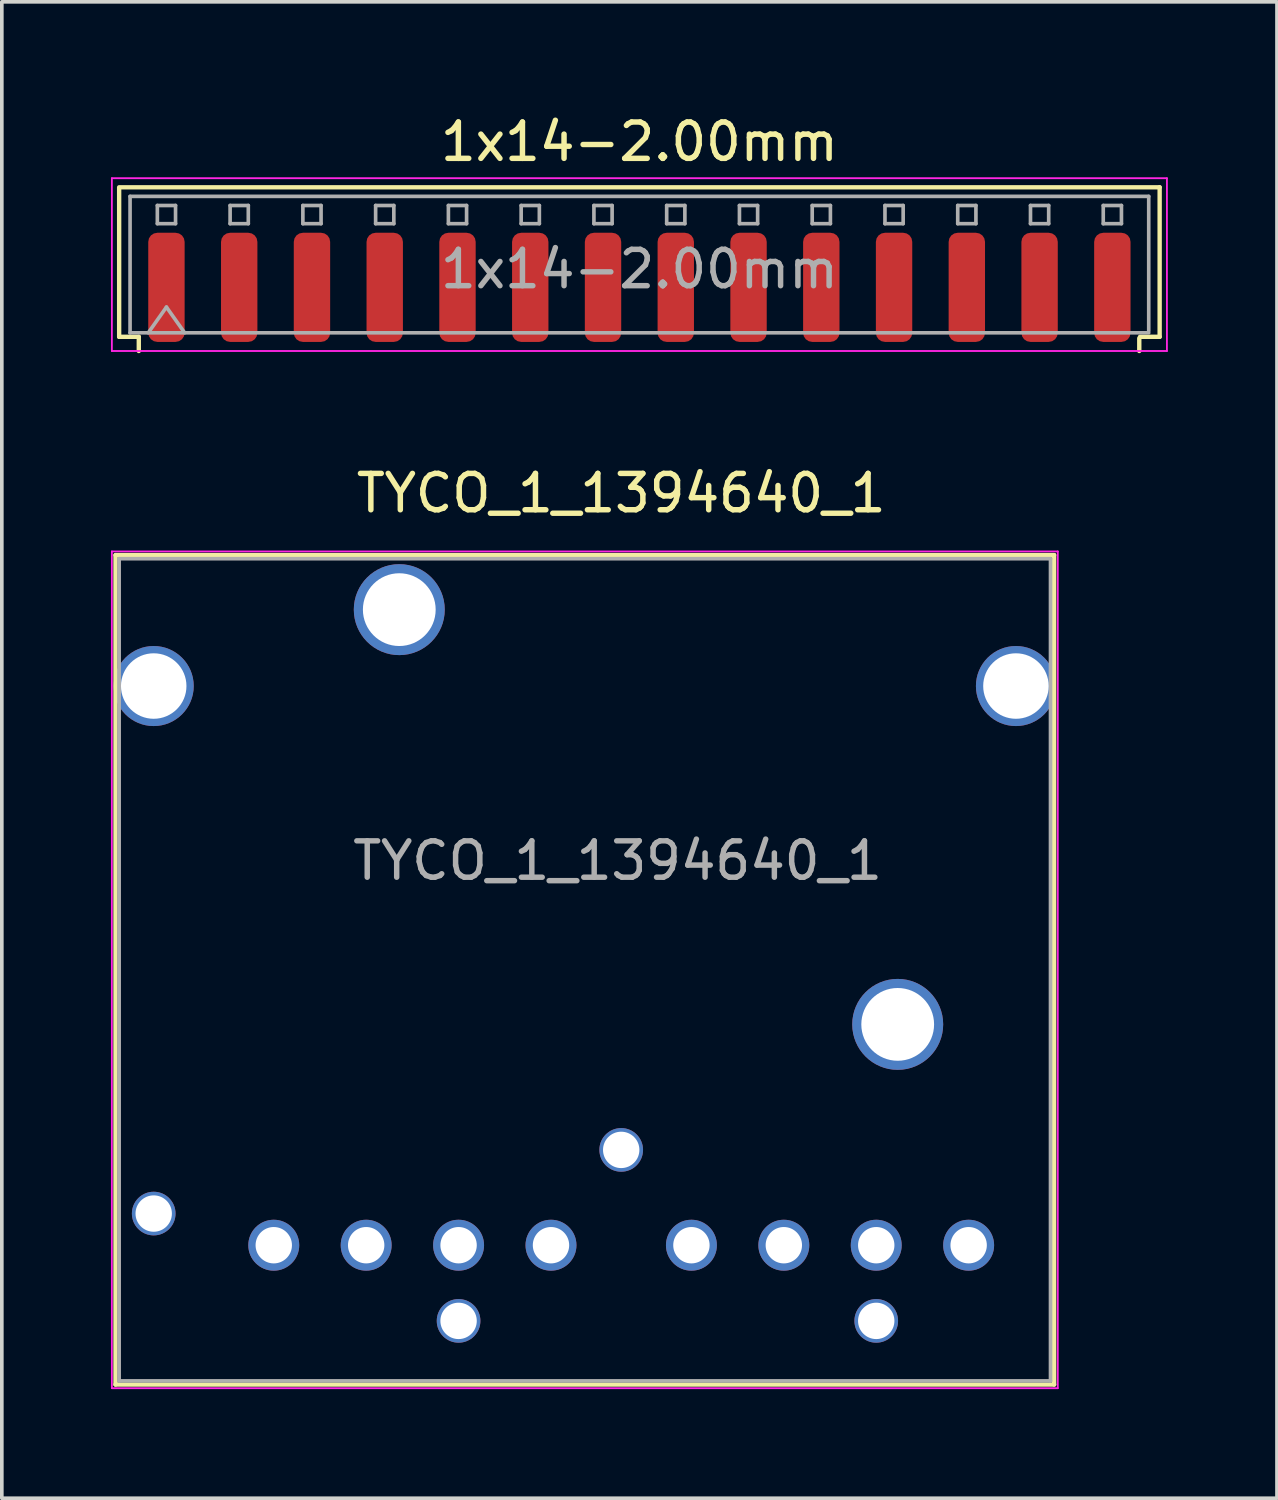
<source format=kicad_pcb>
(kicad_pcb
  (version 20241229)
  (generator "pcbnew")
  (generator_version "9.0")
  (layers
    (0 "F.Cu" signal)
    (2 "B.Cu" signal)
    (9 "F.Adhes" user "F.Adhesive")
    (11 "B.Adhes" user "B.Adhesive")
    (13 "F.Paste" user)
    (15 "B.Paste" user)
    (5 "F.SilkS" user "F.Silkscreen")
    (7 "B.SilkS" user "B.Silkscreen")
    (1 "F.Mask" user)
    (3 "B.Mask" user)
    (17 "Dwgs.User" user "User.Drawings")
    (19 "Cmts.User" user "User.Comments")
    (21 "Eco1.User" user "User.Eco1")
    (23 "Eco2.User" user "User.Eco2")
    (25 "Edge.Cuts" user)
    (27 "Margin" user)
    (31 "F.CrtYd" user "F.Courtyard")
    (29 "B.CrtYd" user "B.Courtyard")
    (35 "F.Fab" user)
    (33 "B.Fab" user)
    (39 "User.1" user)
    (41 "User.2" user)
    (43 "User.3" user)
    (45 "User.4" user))
  (footprint "1x14-2.00mm"
    (layer "F.Cu")
    (at 14.525 5.348)
    (property "Reference" "1x14-2.00mm" (at 0 -4.5 0) (layer "F.SilkS") (effects (font (size 1 1) (thickness 0.15))))
    (attr smd)
    (fp_line (start -14.3 -3.25) (end -14.3 0.86) (stroke (width 0.12) (type solid)) (layer "F.SilkS"))
    (fp_line (start -14.3 0.86) (end -13.76 0.86) (stroke (width 0.12) (type solid)) (layer "F.SilkS"))
    (fp_line (start -14.25 -3.25) (end 14.3 -3.25) (stroke (width 0.12) (type solid)) (layer "F.SilkS"))
    (fp_line (start -13.76 0.86) (end -13.76 1.25) (stroke (width 0.12) (type solid)) (layer "F.SilkS"))
    (fp_line (start 13.74 0.9) (end 13.74 1.25) (stroke (width 0.12) (type solid)) (layer "F.SilkS"))
    (fp_line (start 14.3 -3.25) (end 14.3 0.86) (stroke (width 0.12) (type solid)) (layer "F.SilkS"))
    (fp_line (start 14.3 0.86) (end 13.76 0.86) (stroke (width 0.12) (type solid)) (layer "F.SilkS"))
    (fp_line (start -14.5 -3.5) (end -14.5 1.25) (stroke (width 0.05) (type solid)) (layer "F.CrtYd"))
    (fp_line (start -14.5 1.25) (end 14.5 1.25) (stroke (width 0.05) (type solid)) (layer "F.CrtYd"))
    (fp_line (start 14.5 -3.5) (end -14.5 -3.5) (stroke (width 0.05) (type solid)) (layer "F.CrtYd"))
    (fp_line (start 14.5 1.25) (end 14.5 -3.5) (stroke (width 0.05) (type solid)) (layer "F.CrtYd"))
    (fp_line (start -14 -3) (end 14 -3) (stroke (width 0.1) (type solid)) (layer "F.Fab"))
    (fp_line (start -14 0.75) (end -14 -3) (stroke (width 0.1) (type solid)) (layer "F.Fab"))
    (fp_line (start -14 0.75) (end 14 0.75) (stroke (width 0.1) (type solid)) (layer "F.Fab"))
    (fp_line (start -13.5 0.75) (end -13 0.043) (stroke (width 0.1) (type solid)) (layer "F.Fab"))
    (fp_line (start -13.25 -2.75) (end -13.25 -2.25) (stroke (width 0.1) (type solid)) (layer "F.Fab"))
    (fp_line (start -13.25 -2.25) (end -12.75 -2.25) (stroke (width 0.1) (type solid)) (layer "F.Fab"))
    (fp_line (start -13 0.043) (end -12.5 0.75) (stroke (width 0.1) (type solid)) (layer "F.Fab"))
    (fp_line (start -12.75 -2.75) (end -13.25 -2.75) (stroke (width 0.1) (type solid)) (layer "F.Fab"))
    (fp_line (start -12.75 -2.25) (end -12.75 -2.75) (stroke (width 0.1) (type solid)) (layer "F.Fab"))
    (fp_line (start -11.25 -2.75) (end -11.25 -2.25) (stroke (width 0.1) (type solid)) (layer "F.Fab"))
    (fp_line (start -11.25 -2.25) (end -10.75 -2.25) (stroke (width 0.1) (type solid)) (layer "F.Fab"))
    (fp_line (start -10.75 -2.75) (end -11.25 -2.75) (stroke (width 0.1) (type solid)) (layer "F.Fab"))
    (fp_line (start -10.75 -2.25) (end -10.75 -2.75) (stroke (width 0.1) (type solid)) (layer "F.Fab"))
    (fp_line (start -9.25 -2.75) (end -9.25 -2.25) (stroke (width 0.1) (type solid)) (layer "F.Fab"))
    (fp_line (start -9.25 -2.25) (end -8.75 -2.25) (stroke (width 0.1) (type solid)) (layer "F.Fab"))
    (fp_line (start -8.75 -2.75) (end -9.25 -2.75) (stroke (width 0.1) (type solid)) (layer "F.Fab"))
    (fp_line (start -8.75 -2.25) (end -8.75 -2.75) (stroke (width 0.1) (type solid)) (layer "F.Fab"))
    (fp_line (start -7.25 -2.75) (end -7.25 -2.25) (stroke (width 0.1) (type solid)) (layer "F.Fab"))
    (fp_line (start -7.25 -2.25) (end -6.75 -2.25) (stroke (width 0.1) (type solid)) (layer "F.Fab"))
    (fp_line (start -6.75 -2.75) (end -7.25 -2.75) (stroke (width 0.1) (type solid)) (layer "F.Fab"))
    (fp_line (start -6.75 -2.25) (end -6.75 -2.75) (stroke (width 0.1) (type solid)) (layer "F.Fab"))
    (fp_line (start -5.25 -2.75) (end -5.25 -2.25) (stroke (width 0.1) (type solid)) (layer "F.Fab"))
    (fp_line (start -5.25 -2.25) (end -4.75 -2.25) (stroke (width 0.1) (type solid)) (layer "F.Fab"))
    (fp_line (start -4.75 -2.75) (end -5.25 -2.75) (stroke (width 0.1) (type solid)) (layer "F.Fab"))
    (fp_line (start -4.75 -2.25) (end -4.75 -2.75) (stroke (width 0.1) (type solid)) (layer "F.Fab"))
    (fp_line (start -3.25 -2.75) (end -3.25 -2.25) (stroke (width 0.1) (type solid)) (layer "F.Fab"))
    (fp_line (start -3.25 -2.25) (end -2.75 -2.25) (stroke (width 0.1) (type solid)) (layer "F.Fab"))
    (fp_line (start -2.75 -2.75) (end -3.25 -2.75) (stroke (width 0.1) (type solid)) (layer "F.Fab"))
    (fp_line (start -2.75 -2.25) (end -2.75 -2.75) (stroke (width 0.1) (type solid)) (layer "F.Fab"))
    (fp_line (start -1.25 -2.75) (end -1.25 -2.25) (stroke (width 0.1) (type solid)) (layer "F.Fab"))
    (fp_line (start -1.25 -2.25) (end -0.75 -2.25) (stroke (width 0.1) (type solid)) (layer "F.Fab"))
    (fp_line (start -0.75 -2.75) (end -1.25 -2.75) (stroke (width 0.1) (type solid)) (layer "F.Fab"))
    (fp_line (start -0.75 -2.25) (end -0.75 -2.75) (stroke (width 0.1) (type solid)) (layer "F.Fab"))
    (fp_line (start 0.75 -2.75) (end 0.75 -2.25) (stroke (width 0.1) (type solid)) (layer "F.Fab"))
    (fp_line (start 0.75 -2.25) (end 1.25 -2.25) (stroke (width 0.1) (type solid)) (layer "F.Fab"))
    (fp_line (start 1.25 -2.75) (end 0.75 -2.75) (stroke (width 0.1) (type solid)) (layer "F.Fab"))
    (fp_line (start 1.25 -2.25) (end 1.25 -2.75) (stroke (width 0.1) (type solid)) (layer "F.Fab"))
    (fp_line (start 2.75 -2.75) (end 2.75 -2.25) (stroke (width 0.1) (type solid)) (layer "F.Fab"))
    (fp_line (start 2.75 -2.25) (end 3.25 -2.25) (stroke (width 0.1) (type solid)) (layer "F.Fab"))
    (fp_line (start 3.25 -2.75) (end 2.75 -2.75) (stroke (width 0.1) (type solid)) (layer "F.Fab"))
    (fp_line (start 3.25 -2.25) (end 3.25 -2.75) (stroke (width 0.1) (type solid)) (layer "F.Fab"))
    (fp_line (start 4.75 -2.75) (end 4.75 -2.25) (stroke (width 0.1) (type solid)) (layer "F.Fab"))
    (fp_line (start 4.75 -2.25) (end 5.25 -2.25) (stroke (width 0.1) (type solid)) (layer "F.Fab"))
    (fp_line (start 5.25 -2.75) (end 4.75 -2.75) (stroke (width 0.1) (type solid)) (layer "F.Fab"))
    (fp_line (start 5.25 -2.25) (end 5.25 -2.75) (stroke (width 0.1) (type solid)) (layer "F.Fab"))
    (fp_line (start 6.75 -2.75) (end 6.75 -2.25) (stroke (width 0.1) (type solid)) (layer "F.Fab"))
    (fp_line (start 6.75 -2.25) (end 7.25 -2.25) (stroke (width 0.1) (type solid)) (layer "F.Fab"))
    (fp_line (start 7.25 -2.75) (end 6.75 -2.75) (stroke (width 0.1) (type solid)) (layer "F.Fab"))
    (fp_line (start 7.25 -2.25) (end 7.25 -2.75) (stroke (width 0.1) (type solid)) (layer "F.Fab"))
    (fp_line (start 8.75 -2.75) (end 8.75 -2.25) (stroke (width 0.1) (type solid)) (layer "F.Fab"))
    (fp_line (start 8.75 -2.25) (end 9.25 -2.25) (stroke (width 0.1) (type solid)) (layer "F.Fab"))
    (fp_line (start 9.25 -2.75) (end 8.75 -2.75) (stroke (width 0.1) (type solid)) (layer "F.Fab"))
    (fp_line (start 9.25 -2.25) (end 9.25 -2.75) (stroke (width 0.1) (type solid)) (layer "F.Fab"))
    (fp_line (start 10.75 -2.75) (end 10.75 -2.25) (stroke (width 0.1) (type solid)) (layer "F.Fab"))
    (fp_line (start 10.75 -2.25) (end 11.25 -2.25) (stroke (width 0.1) (type solid)) (layer "F.Fab"))
    (fp_line (start 11.25 -2.75) (end 10.75 -2.75) (stroke (width 0.1) (type solid)) (layer "F.Fab"))
    (fp_line (start 11.25 -2.25) (end 11.25 -2.75) (stroke (width 0.1) (type solid)) (layer "F.Fab"))
    (fp_line (start 12.75 -2.75) (end 12.75 -2.25) (stroke (width 0.1) (type solid)) (layer "F.Fab"))
    (fp_line (start 12.75 -2.25) (end 13.25 -2.25) (stroke (width 0.1) (type solid)) (layer "F.Fab"))
    (fp_line (start 13.25 -2.75) (end 12.75 -2.75) (stroke (width 0.1) (type solid)) (layer "F.Fab"))
    (fp_line (start 13.25 -2.25) (end 13.25 -2.75) (stroke (width 0.1) (type solid)) (layer "F.Fab"))
    (fp_line (start 14 0.7) (end 14 -3) (stroke (width 0.1) (type solid)) (layer "F.Fab"))
    (fp_text user "${REFERENCE}" (at 0 -1 0) (layer "F.Fab") (effects (font (size 1 1) (thickness 0.15))))
    (pad "1" smd roundrect (at 13 -0.5) (size 1 3) (layers "F.Cu" "F.Mask" "F.Paste") (roundrect_rratio 0.25))
    (pad "2" smd roundrect (at 11 -0.5) (size 1 3) (layers "F.Cu" "F.Mask" "F.Paste") (roundrect_rratio 0.25))
    (pad "3" smd roundrect (at 9 -0.5) (size 1 3) (layers "F.Cu" "F.Mask" "F.Paste") (roundrect_rratio 0.25))
    (pad "4" smd roundrect (at 7 -0.5) (size 1 3) (layers "F.Cu" "F.Mask" "F.Paste") (roundrect_rratio 0.25))
    (pad "5" smd roundrect (at 5 -0.5) (size 1 3) (layers "F.Cu" "F.Mask" "F.Paste") (roundrect_rratio 0.25))
    (pad "6" smd roundrect (at 3 -0.5) (size 1 3) (layers "F.Cu" "F.Mask" "F.Paste") (roundrect_rratio 0.25))
    (pad "7" smd roundrect (at 1 -0.5) (size 1 3) (layers "F.Cu" "F.Mask" "F.Paste") (roundrect_rratio 0.25))
    (pad "8" smd roundrect (at -1 -0.5) (size 1 3) (layers "F.Cu" "F.Mask" "F.Paste") (roundrect_rratio 0.25))
    (pad "9" smd roundrect (at -3 -0.5) (size 1 3) (layers "F.Cu" "F.Mask" "F.Paste") (roundrect_rratio 0.25))
    (pad "10" smd roundrect (at -5 -0.5) (size 1 3) (layers "F.Cu" "F.Mask" "F.Paste") (roundrect_rratio 0.25))
    (pad "11" smd roundrect (at -7 -0.5) (size 1 3) (layers "F.Cu" "F.Mask" "F.Paste") (roundrect_rratio 0.25))
    (pad "12" smd roundrect (at -9 -0.5) (size 1 3) (layers "F.Cu" "F.Mask" "F.Paste") (roundrect_rratio 0.25))
    (pad "13" smd roundrect (at -11 -0.5) (size 1 3) (layers "F.Cu" "F.Mask" "F.Paste") (roundrect_rratio 0.25))
    (pad "14" smd roundrect (at -13 -0.5) (size 1 3) (layers "F.Cu" "F.Mask" "F.Paste") (roundrect_rratio 0.25)))
  (footprint "TYCO_1_1394640_1"
    (layer "F.Cu")
    (at 14.025 24.107)
    (property "Reference" "TYCO_1_1394640_1" (at 0 -13.6 0) (layer "F.SilkS") (effects (font (size 1 1) (thickness 0.15))))
    (attr through_hole)
    (fp_line (start -13.9 -11.9) (end 11.9 -11.9) (stroke (width 0.12) (type solid)) (layer "F.SilkS"))
    (fp_line (start -13.9 10.9) (end -13.9 -11.9) (stroke (width 0.12) (type solid)) (layer "F.SilkS"))
    (fp_line (start 11.9 10.9) (end -13.9 10.9) (stroke (width 0.12) (type solid)) (layer "F.SilkS"))
    (fp_line (start 11.9 10.9) (end 11.9 -11.9) (stroke (width 0.12) (type solid)) (layer "F.SilkS"))
    (fp_line (start -14 11) (end -14 -12) (stroke (width 0.05) (type solid)) (layer "F.CrtYd"))
    (fp_line (start -14 11) (end 12 11) (stroke (width 0.05) (type solid)) (layer "F.CrtYd"))
    (fp_line (start 12 -12) (end -14 -12) (stroke (width 0.05) (type solid)) (layer "F.CrtYd"))
    (fp_line (start 12 -12) (end 12 11) (stroke (width 0.05) (type solid)) (layer "F.CrtYd"))
    (fp_line (start -13.8 10.8) (end -13.8 -11.8) (stroke (width 0.1) (type solid)) (layer "F.Fab"))
    (fp_line (start 11.8 -11.8) (end -13.8 -11.8) (stroke (width 0.1) (type solid)) (layer "F.Fab"))
    (fp_line (start 11.8 10.8) (end -13.8 10.8) (stroke (width 0.1) (type solid)) (layer "F.Fab"))
    (fp_line (start 11.8 10.8) (end 11.8 -11.8) (stroke (width 0.1) (type solid)) (layer "F.Fab"))
    (fp_text user "${REFERENCE}" (at -0.1 -3.5 0) (layer "F.Fab") (effects (font (size 1 1) (thickness 0.15))))
    (pad "" thru_hole circle (at -6.1 -10.4) (size 2.5 2.5) (drill 2) (layers "*.Cu" "*.Mask"))
    (pad "" thru_hole circle (at 7.6 1) (size 2.5 2.5) (drill 2) (layers "*.Cu" "*.Mask"))
    (pad "1" thru_hole circle (at 9.55 7.07) (size 1.4 1.4) (drill 1) (layers "*.Cu" "*.Mask"))
    (pad "2" thru_hole circle (at 7.01 7.07) (size 1.4 1.4) (drill 1) (layers "*.Cu" "*.Mask"))
    (pad "3" thru_hole circle (at 4.47 7.07) (size 1.4 1.4) (drill 1) (layers "*.Cu" "*.Mask"))
    (pad "4" thru_hole circle (at 1.93 7.07) (size 1.4 1.4) (drill 1) (layers "*.Cu" "*.Mask"))
    (pad "5" thru_hole circle (at -1.93 7.07) (size 1.4 1.4) (drill 1) (layers "*.Cu" "*.Mask"))
    (pad "6" thru_hole circle (at -4.47 7.07) (size 1.4 1.4) (drill 1) (layers "*.Cu" "*.Mask"))
    (pad "7" thru_hole circle (at -7.01 7.07) (size 1.4 1.4) (drill 1) (layers "*.Cu" "*.Mask"))
    (pad "8" thru_hole circle (at -9.55 7.07) (size 1.4 1.4) (drill 1) (layers "*.Cu" "*.Mask"))
    (pad "b1" thru_hole circle (at -12.85 -8.3) (size 2.2 2.2) (drill 1.8) (layers "*.Cu" "*.Mask"))
    (pad "b2" thru_hole circle (at 10.85 -8.3) (size 2.2 2.2) (drill 1.8) (layers "*.Cu" "*.Mask"))
    (pad "g2" thru_hole circle (at -4.47 9.15) (size 1.2 1.2) (drill 1) (layers "*.Cu" "*.Mask"))
    (pad "g4" thru_hole circle (at 7.01 9.15) (size 1.2 1.2) (drill 1) (layers "*.Cu" "*.Mask"))
    (pad "q1" thru_hole circle (at -12.85 6.2) (size 1.2 1.2) (drill 1) (layers "*.Cu" "*.Mask"))
    (pad "q3" thru_hole circle (at 0 4.45) (size 1.2 1.2) (drill 1) (layers "*.Cu" "*.Mask")))
  (gr_rect
    (start -3 -3)
    (end 32.05 38.132)
    (stroke (width 0.1) (type default))
    (fill no)
    (layer "Edge.Cuts")))
</source>
